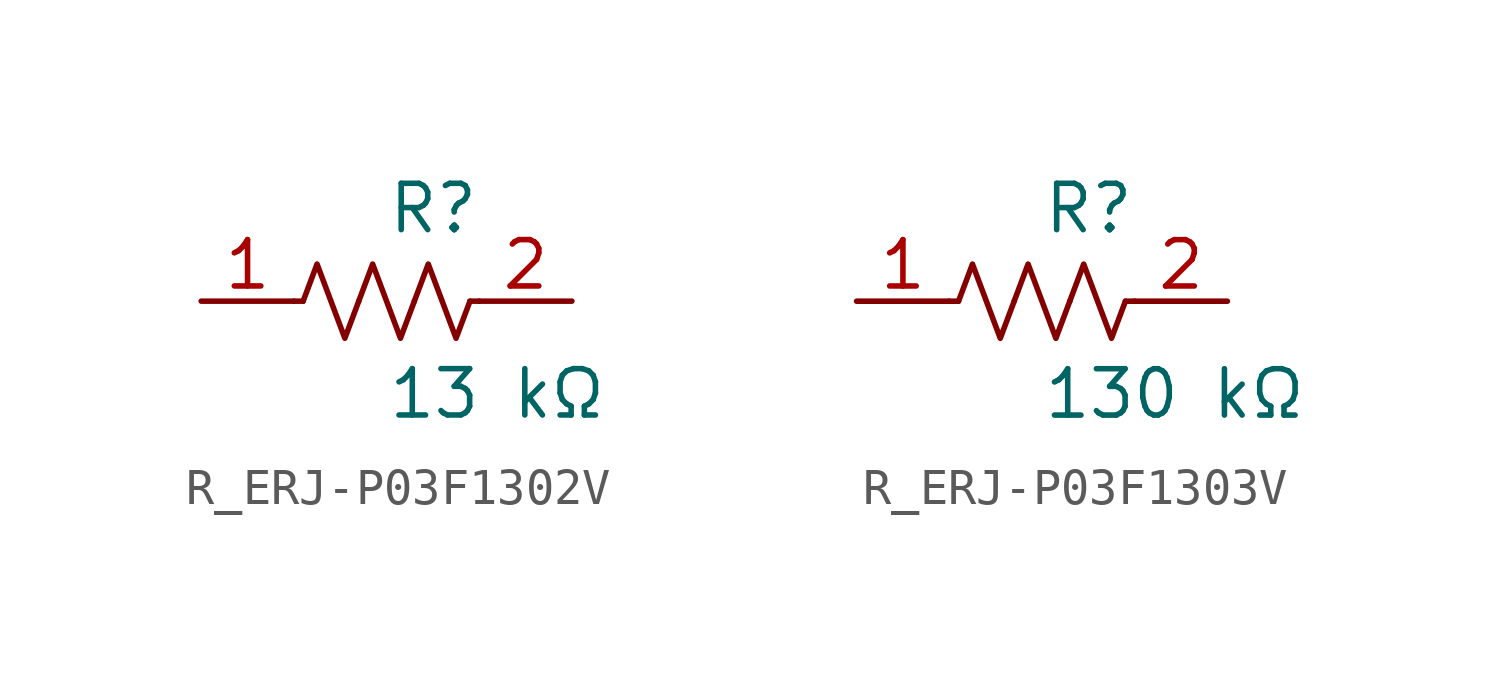
<source format=kicad_sym>
(kicad_symbol_lib
  (version 20231120)
  (generator kicad_symbol_editor)
  (generator_version 8.0)
  (symbol "R_ERJ-P03F1302V"
    (pin_names
      (offset 0.254))
    (property "Reference" "R"
      (at 0.0 2.54 0)
      (effects (font (size 1.27 1.27)) (justify left)))
    (property "Value" "13 kΩ"
      (at 0.0 -2.54 0)
      (effects (font (size 1.27 1.27)) (justify left)))
    (symbol "R_ERJ-P03F1302V_0_1"
      (polyline (pts (xy 2.286 0) (xy 2.54 0)) (stroke (width 0) (type default)) (fill (type none)))
      (polyline (pts (xy -2.286 0) (xy -2.54 0)) (stroke (width 0) (type default)) (fill (type none)))
      (polyline (pts (xy 0.762 0) (xy 1.143 1.016) (xy 1.524 0) (xy 1.905 -1.016) (xy 2.286 0)) (stroke (width 0) (type default)) (fill (type none)))
      (polyline (pts (xy -0.762 0) (xy -0.381 1.016) (xy 0 0) (xy 0.381 -1.016) (xy 0.762 0)) (stroke (width 0) (type default)) (fill (type none)))
      (polyline (pts (xy -2.286 0) (xy -1.905 1.016) (xy -1.524 0) (xy -1.143 -1.016) (xy -0.762 0)) (stroke (width 0) (type default)) (fill (type none))))
    (pin unspecified line
      (at -5.08 0 0)
      (length 2.54)
      (name "" (effects (font (size 1.27 1.27))))
      (number "1" (effects (font (size 1.27 1.27)))))
    (pin unspecified line
      (at 5.08 0 180)
      (length 2.54)
      (name "" (effects (font (size 1.27 1.27))))
      (number "2" (effects (font (size 1.27 1.27))))))
  (symbol "R_ERJ-P03F1303V"
    (pin_names
      (offset 0.254))
    (property "Reference" "R"
      (at 0.0 2.54 0)
      (effects (font (size 1.27 1.27)) (justify left)))
    (property "Value" "130 kΩ"
      (at 0.0 -2.54 0)
      (effects (font (size 1.27 1.27)) (justify left)))
    (symbol "R_ERJ-P03F1303V_0_1"
      (polyline (pts (xy 2.286 0) (xy 2.54 0)) (stroke (width 0) (type default)) (fill (type none)))
      (polyline (pts (xy -2.286 0) (xy -2.54 0)) (stroke (width 0) (type default)) (fill (type none)))
      (polyline (pts (xy 0.762 0) (xy 1.143 1.016) (xy 1.524 0) (xy 1.905 -1.016) (xy 2.286 0)) (stroke (width 0) (type default)) (fill (type none)))
      (polyline (pts (xy -0.762 0) (xy -0.381 1.016) (xy 0 0) (xy 0.381 -1.016) (xy 0.762 0)) (stroke (width 0) (type default)) (fill (type none)))
      (polyline (pts (xy -2.286 0) (xy -1.905 1.016) (xy -1.524 0) (xy -1.143 -1.016) (xy -0.762 0)) (stroke (width 0) (type default)) (fill (type none))))
    (pin unspecified line
      (at -5.08 0 0)
      (length 2.54)
      (name "" (effects (font (size 1.27 1.27))))
      (number "1" (effects (font (size 1.27 1.27)))))
    (pin unspecified line
      (at 5.08 0 180)
      (length 2.54)
      (name "" (effects (font (size 1.27 1.27))))
      (number "2" (effects (font (size 1.27 1.27)))))))
</source>
